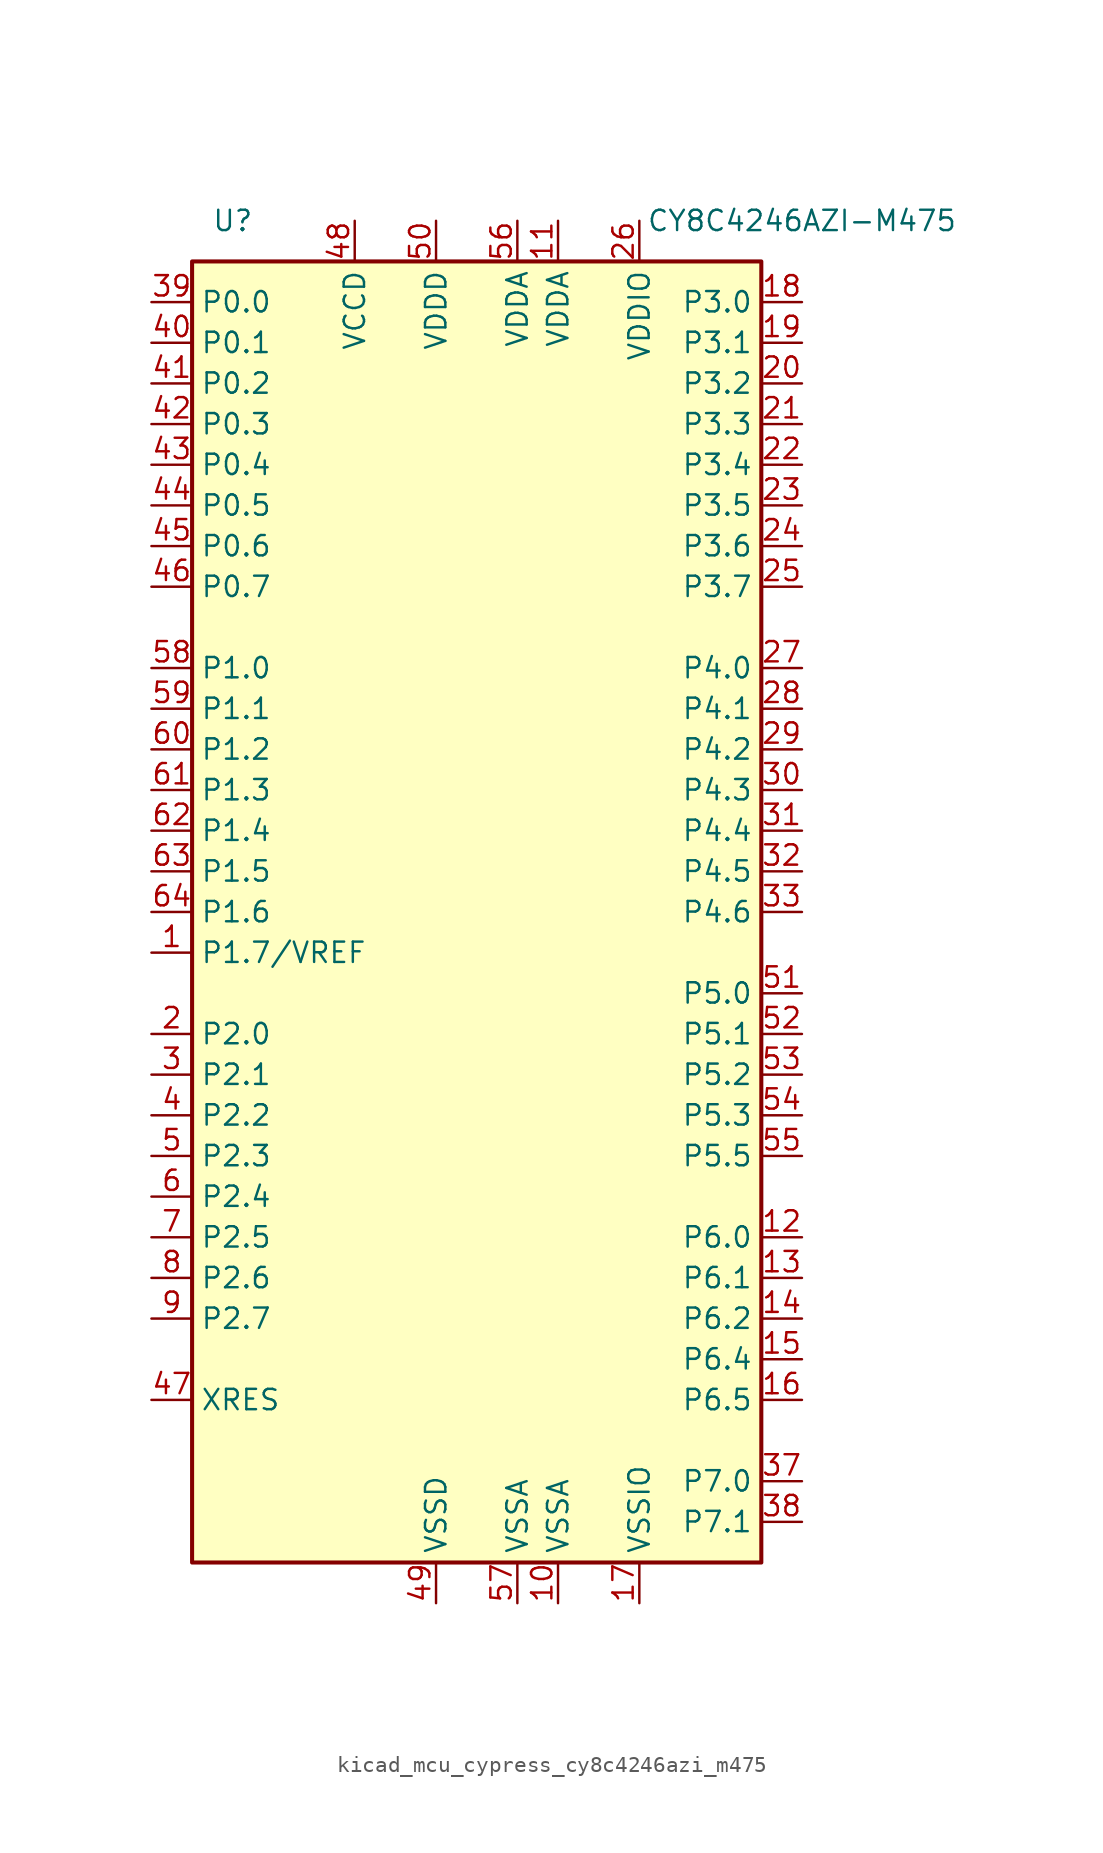
<source format=kicad_sym>
(kicad_symbol_lib
  (version 20220914)
  (generator kicad_symbol_editor)
  (symbol "kicad_mcu_cypress_cy8c4246azi_m475"
    (property "Reference" "U"
      (at -15.24 43.18 0)
      (effects (font (size 1.27 1.27))))
    (property "Value" "CY8C4246AZI-M475"
      (at 20.32 43.18 0)
      (effects (font (size 1.27 1.27))))
    (symbol "kicad_mcu_cypress_cy8c4246azi_m475_0_1"
      (rectangle (start -17.78 40.64) (end 17.78 -40.64) (stroke (width 0.254) (type default)) (fill (type background))))
    (symbol "kicad_mcu_cypress_cy8c4246azi_m475_1_1"
      (pin bidirectional line (at -20.32 -2.54 0) (length 2.54) (name "P1.7/VREF" (effects (font (size 1.27 1.27)))) (number "1" (effects (font (size 1.27 1.27)))))
      (pin power_in line (at 5.08 -43.18 90) (length 2.54) (name "VSSA" (effects (font (size 1.27 1.27)))) (number "10" (effects (font (size 1.27 1.27)))))
      (pin power_in line (at 5.08 43.18 270) (length 2.54) (name "VDDA" (effects (font (size 1.27 1.27)))) (number "11" (effects (font (size 1.27 1.27)))))
      (pin bidirectional line (at 20.32 -20.32 180) (length 2.54) (name "P6.0" (effects (font (size 1.27 1.27)))) (number "12" (effects (font (size 1.27 1.27)))))
      (pin bidirectional line (at 20.32 -22.86 180) (length 2.54) (name "P6.1" (effects (font (size 1.27 1.27)))) (number "13" (effects (font (size 1.27 1.27)))))
      (pin bidirectional line (at 20.32 -25.4 180) (length 2.54) (name "P6.2" (effects (font (size 1.27 1.27)))) (number "14" (effects (font (size 1.27 1.27)))))
      (pin bidirectional line (at 20.32 -27.94 180) (length 2.54) (name "P6.4" (effects (font (size 1.27 1.27)))) (number "15" (effects (font (size 1.27 1.27)))))
      (pin bidirectional line (at 20.32 -30.48 180) (length 2.54) (name "P6.5" (effects (font (size 1.27 1.27)))) (number "16" (effects (font (size 1.27 1.27)))))
      (pin power_in line (at 10.16 -43.18 90) (length 2.54) (name "VSSIO" (effects (font (size 1.27 1.27)))) (number "17" (effects (font (size 1.27 1.27)))))
      (pin bidirectional line (at 20.32 38.1 180) (length 2.54) (name "P3.0" (effects (font (size 1.27 1.27)))) (number "18" (effects (font (size 1.27 1.27)))))
      (pin bidirectional line (at 20.32 35.56 180) (length 2.54) (name "P3.1" (effects (font (size 1.27 1.27)))) (number "19" (effects (font (size 1.27 1.27)))))
      (pin bidirectional line (at -20.32 -7.62 0) (length 2.54) (name "P2.0" (effects (font (size 1.27 1.27)))) (number "2" (effects (font (size 1.27 1.27)))))
      (pin bidirectional line (at 20.32 33.02 180) (length 2.54) (name "P3.2" (effects (font (size 1.27 1.27)))) (number "20" (effects (font (size 1.27 1.27)))))
      (pin bidirectional line (at 20.32 30.48 180) (length 2.54) (name "P3.3" (effects (font (size 1.27 1.27)))) (number "21" (effects (font (size 1.27 1.27)))))
      (pin bidirectional line (at 20.32 27.94 180) (length 2.54) (name "P3.4" (effects (font (size 1.27 1.27)))) (number "22" (effects (font (size 1.27 1.27)))))
      (pin bidirectional line (at 20.32 25.4 180) (length 2.54) (name "P3.5" (effects (font (size 1.27 1.27)))) (number "23" (effects (font (size 1.27 1.27)))))
      (pin bidirectional line (at 20.32 22.86 180) (length 2.54) (name "P3.6" (effects (font (size 1.27 1.27)))) (number "24" (effects (font (size 1.27 1.27)))))
      (pin bidirectional line (at 20.32 20.32 180) (length 2.54) (name "P3.7" (effects (font (size 1.27 1.27)))) (number "25" (effects (font (size 1.27 1.27)))))
      (pin power_in line (at 10.16 43.18 270) (length 2.54) (name "VDDIO" (effects (font (size 1.27 1.27)))) (number "26" (effects (font (size 1.27 1.27)))))
      (pin bidirectional line (at 20.32 15.24 180) (length 2.54) (name "P4.0" (effects (font (size 1.27 1.27)))) (number "27" (effects (font (size 1.27 1.27)))))
      (pin bidirectional line (at 20.32 12.7 180) (length 2.54) (name "P4.1" (effects (font (size 1.27 1.27)))) (number "28" (effects (font (size 1.27 1.27)))))
      (pin bidirectional line (at 20.32 10.16 180) (length 2.54) (name "P4.2" (effects (font (size 1.27 1.27)))) (number "29" (effects (font (size 1.27 1.27)))))
      (pin bidirectional line (at -20.32 -10.16 0) (length 2.54) (name "P2.1" (effects (font (size 1.27 1.27)))) (number "3" (effects (font (size 1.27 1.27)))))
      (pin bidirectional line (at 20.32 7.62 180) (length 2.54) (name "P4.3" (effects (font (size 1.27 1.27)))) (number "30" (effects (font (size 1.27 1.27)))))
      (pin bidirectional line (at 20.32 5.08 180) (length 2.54) (name "P4.4" (effects (font (size 1.27 1.27)))) (number "31" (effects (font (size 1.27 1.27)))))
      (pin bidirectional line (at 20.32 2.54 180) (length 2.54) (name "P4.5" (effects (font (size 1.27 1.27)))) (number "32" (effects (font (size 1.27 1.27)))))
      (pin bidirectional line (at 20.32 0 180) (length 2.54) (name "P4.6" (effects (font (size 1.27 1.27)))) (number "33" (effects (font (size 1.27 1.27)))))
      (pin bidirectional line (at 20.32 -35.56 180) (length 2.54) (name "P7.0" (effects (font (size 1.27 1.27)))) (number "37" (effects (font (size 1.27 1.27)))))
      (pin bidirectional line (at 20.32 -38.1 180) (length 2.54) (name "P7.1" (effects (font (size 1.27 1.27)))) (number "38" (effects (font (size 1.27 1.27)))))
      (pin bidirectional line (at -20.32 38.1 0) (length 2.54) (name "P0.0" (effects (font (size 1.27 1.27)))) (number "39" (effects (font (size 1.27 1.27)))))
      (pin bidirectional line (at -20.32 -12.7 0) (length 2.54) (name "P2.2" (effects (font (size 1.27 1.27)))) (number "4" (effects (font (size 1.27 1.27)))))
      (pin bidirectional line (at -20.32 35.56 0) (length 2.54) (name "P0.1" (effects (font (size 1.27 1.27)))) (number "40" (effects (font (size 1.27 1.27)))))
      (pin bidirectional line (at -20.32 33.02 0) (length 2.54) (name "P0.2" (effects (font (size 1.27 1.27)))) (number "41" (effects (font (size 1.27 1.27)))))
      (pin bidirectional line (at -20.32 30.48 0) (length 2.54) (name "P0.3" (effects (font (size 1.27 1.27)))) (number "42" (effects (font (size 1.27 1.27)))))
      (pin bidirectional line (at -20.32 27.94 0) (length 2.54) (name "P0.4" (effects (font (size 1.27 1.27)))) (number "43" (effects (font (size 1.27 1.27)))))
      (pin bidirectional line (at -20.32 25.4 0) (length 2.54) (name "P0.5" (effects (font (size 1.27 1.27)))) (number "44" (effects (font (size 1.27 1.27)))))
      (pin bidirectional line (at -20.32 22.86 0) (length 2.54) (name "P0.6" (effects (font (size 1.27 1.27)))) (number "45" (effects (font (size 1.27 1.27)))))
      (pin bidirectional line (at -20.32 20.32 0) (length 2.54) (name "P0.7" (effects (font (size 1.27 1.27)))) (number "46" (effects (font (size 1.27 1.27)))))
      (pin input line (at -20.32 -30.48 0) (length 2.54) (name "XRES" (effects (font (size 1.27 1.27)))) (number "47" (effects (font (size 1.27 1.27)))))
      (pin power_out line (at -7.62 43.18 270) (length 2.54) (name "VCCD" (effects (font (size 1.27 1.27)))) (number "48" (effects (font (size 1.27 1.27)))))
      (pin power_in line (at -2.54 -43.18 90) (length 2.54) (name "VSSD" (effects (font (size 1.27 1.27)))) (number "49" (effects (font (size 1.27 1.27)))))
      (pin bidirectional line (at -20.32 -15.24 0) (length 2.54) (name "P2.3" (effects (font (size 1.27 1.27)))) (number "5" (effects (font (size 1.27 1.27)))))
      (pin power_in line (at -2.54 43.18 270) (length 2.54) (name "VDDD" (effects (font (size 1.27 1.27)))) (number "50" (effects (font (size 1.27 1.27)))))
      (pin bidirectional line (at 20.32 -5.08 180) (length 2.54) (name "P5.0" (effects (font (size 1.27 1.27)))) (number "51" (effects (font (size 1.27 1.27)))))
      (pin bidirectional line (at 20.32 -7.62 180) (length 2.54) (name "P5.1" (effects (font (size 1.27 1.27)))) (number "52" (effects (font (size 1.27 1.27)))))
      (pin bidirectional line (at 20.32 -10.16 180) (length 2.54) (name "P5.2" (effects (font (size 1.27 1.27)))) (number "53" (effects (font (size 1.27 1.27)))))
      (pin bidirectional line (at 20.32 -12.7 180) (length 2.54) (name "P5.3" (effects (font (size 1.27 1.27)))) (number "54" (effects (font (size 1.27 1.27)))))
      (pin bidirectional line (at 20.32 -15.24 180) (length 2.54) (name "P5.5" (effects (font (size 1.27 1.27)))) (number "55" (effects (font (size 1.27 1.27)))))
      (pin power_in line (at 2.54 43.18 270) (length 2.54) (name "VDDA" (effects (font (size 1.27 1.27)))) (number "56" (effects (font (size 1.27 1.27)))))
      (pin power_in line (at 2.54 -43.18 90) (length 2.54) (name "VSSA" (effects (font (size 1.27 1.27)))) (number "57" (effects (font (size 1.27 1.27)))))
      (pin bidirectional line (at -20.32 15.24 0) (length 2.54) (name "P1.0" (effects (font (size 1.27 1.27)))) (number "58" (effects (font (size 1.27 1.27)))))
      (pin bidirectional line (at -20.32 12.7 0) (length 2.54) (name "P1.1" (effects (font (size 1.27 1.27)))) (number "59" (effects (font (size 1.27 1.27)))))
      (pin bidirectional line (at -20.32 -17.78 0) (length 2.54) (name "P2.4" (effects (font (size 1.27 1.27)))) (number "6" (effects (font (size 1.27 1.27)))))
      (pin bidirectional line (at -20.32 10.16 0) (length 2.54) (name "P1.2" (effects (font (size 1.27 1.27)))) (number "60" (effects (font (size 1.27 1.27)))))
      (pin bidirectional line (at -20.32 7.62 0) (length 2.54) (name "P1.3" (effects (font (size 1.27 1.27)))) (number "61" (effects (font (size 1.27 1.27)))))
      (pin bidirectional line (at -20.32 5.08 0) (length 2.54) (name "P1.4" (effects (font (size 1.27 1.27)))) (number "62" (effects (font (size 1.27 1.27)))))
      (pin bidirectional line (at -20.32 2.54 0) (length 2.54) (name "P1.5" (effects (font (size 1.27 1.27)))) (number "63" (effects (font (size 1.27 1.27)))))
      (pin bidirectional line (at -20.32 0 0) (length 2.54) (name "P1.6" (effects (font (size 1.27 1.27)))) (number "64" (effects (font (size 1.27 1.27)))))
      (pin bidirectional line (at -20.32 -20.32 0) (length 2.54) (name "P2.5" (effects (font (size 1.27 1.27)))) (number "7" (effects (font (size 1.27 1.27)))))
      (pin bidirectional line (at -20.32 -22.86 0) (length 2.54) (name "P2.6" (effects (font (size 1.27 1.27)))) (number "8" (effects (font (size 1.27 1.27)))))
      (pin bidirectional line (at -20.32 -25.4 0) (length 2.54) (name "P2.7" (effects (font (size 1.27 1.27)))) (number "9" (effects (font (size 1.27 1.27))))))))
</source>
